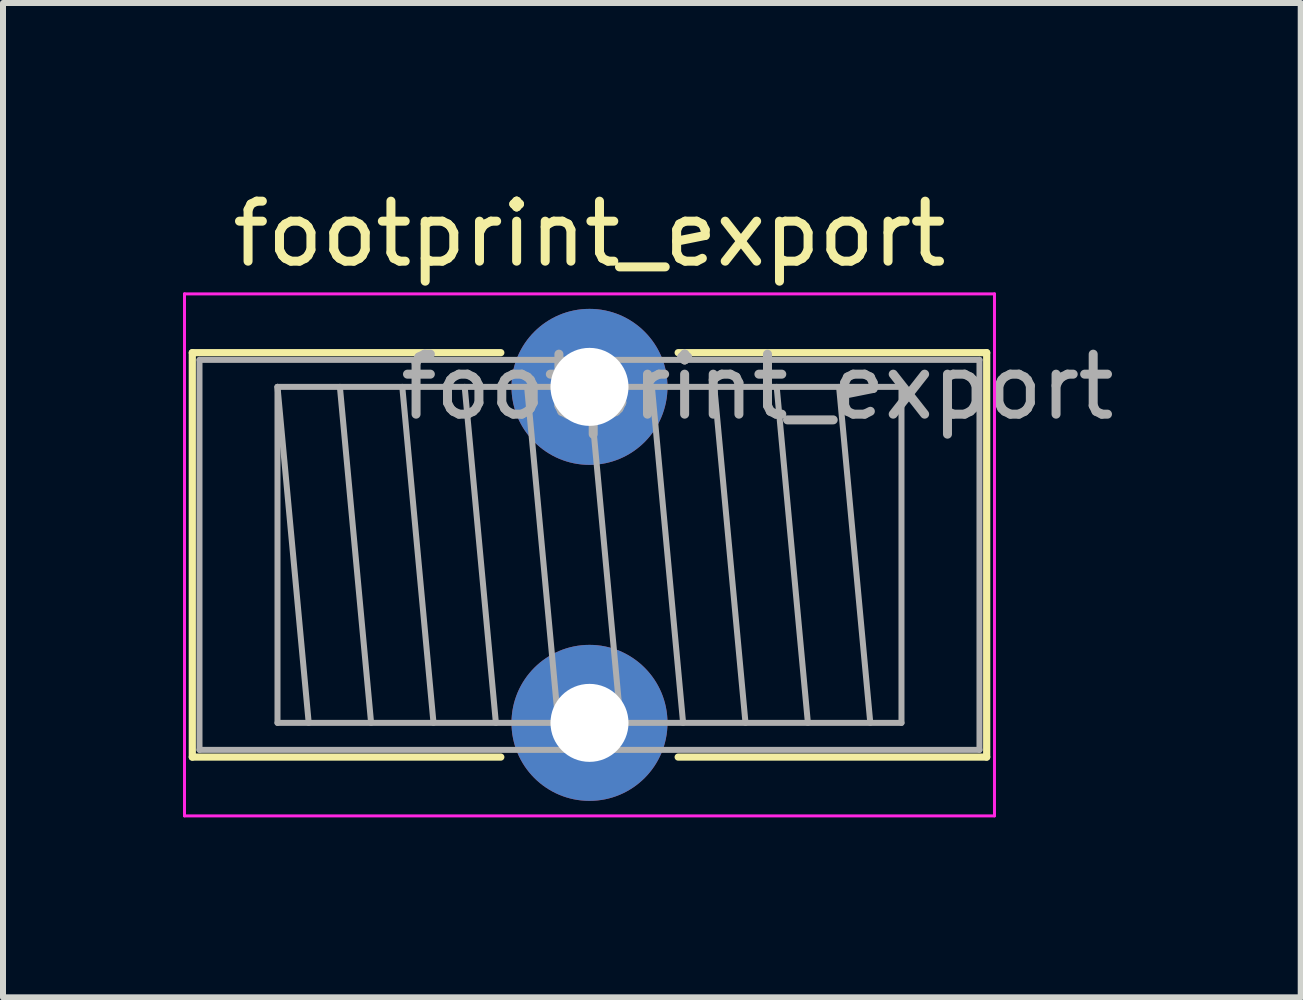
<source format=kicad_pcb>
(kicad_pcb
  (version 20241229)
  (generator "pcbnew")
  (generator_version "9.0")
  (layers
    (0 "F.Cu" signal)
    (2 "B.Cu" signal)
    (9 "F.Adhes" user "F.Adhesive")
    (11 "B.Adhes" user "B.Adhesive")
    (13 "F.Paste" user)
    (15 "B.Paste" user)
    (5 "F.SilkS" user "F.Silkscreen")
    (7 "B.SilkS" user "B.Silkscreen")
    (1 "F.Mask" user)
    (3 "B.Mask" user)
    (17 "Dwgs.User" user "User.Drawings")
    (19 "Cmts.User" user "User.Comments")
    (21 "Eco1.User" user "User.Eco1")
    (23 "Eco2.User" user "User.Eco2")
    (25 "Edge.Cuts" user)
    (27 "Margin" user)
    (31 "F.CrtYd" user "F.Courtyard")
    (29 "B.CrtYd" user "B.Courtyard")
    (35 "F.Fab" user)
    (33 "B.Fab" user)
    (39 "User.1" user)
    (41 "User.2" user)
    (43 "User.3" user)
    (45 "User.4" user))
  (footprint "footprint_export"
    (layer "F.Cu")
    (at 6.775 3.398)
    (property "Reference" "footprint_export" (at 0 -2.55 0) (layer "F.SilkS") (effects (font (size 1 1) (thickness 0.15))))
    (attr through_hole)
    (fp_line (start -6.62 -0.57) (end -6.62 6.17) (stroke (width 0.12) (type solid)) (layer "F.SilkS"))
    (fp_line (start -6.62 -0.57) (end -1.478 -0.57) (stroke (width 0.12) (type solid)) (layer "F.SilkS"))
    (fp_line (start -6.62 6.17) (end -1.478 6.17) (stroke (width 0.12) (type solid)) (layer "F.SilkS"))
    (fp_line (start 1.478 -0.57) (end 6.62 -0.57) (stroke (width 0.12) (type solid)) (layer "F.SilkS"))
    (fp_line (start 1.478 6.17) (end 6.62 6.17) (stroke (width 0.12) (type solid)) (layer "F.SilkS"))
    (fp_line (start 6.62 -0.57) (end 6.62 6.17) (stroke (width 0.12) (type solid)) (layer "F.SilkS"))
    (fp_line (start -6.75 -1.55) (end -6.75 7.15) (stroke (width 0.05) (type solid)) (layer "F.CrtYd"))
    (fp_line (start -6.75 7.15) (end 6.75 7.15) (stroke (width 0.05) (type solid)) (layer "F.CrtYd"))
    (fp_line (start 6.75 -1.55) (end -6.75 -1.55) (stroke (width 0.05) (type solid)) (layer "F.CrtYd"))
    (fp_line (start 6.75 7.15) (end 6.75 -1.55) (stroke (width 0.05) (type solid)) (layer "F.CrtYd"))
    (fp_line (start -6.5 -0.45) (end -6.5 6.05) (stroke (width 0.1) (type solid)) (layer "F.Fab"))
    (fp_line (start -6.5 6.05) (end 6.5 6.05) (stroke (width 0.1) (type solid)) (layer "F.Fab"))
    (fp_line (start -5.2 0) (end -5.2 5.6) (stroke (width 0.1) (type solid)) (layer "F.Fab"))
    (fp_line (start -5.2 0) (end -4.68 5.6) (stroke (width 0.1) (type solid)) (layer "F.Fab"))
    (fp_line (start -5.2 5.6) (end 5.2 5.6) (stroke (width 0.1) (type solid)) (layer "F.Fab"))
    (fp_line (start -4.16 0) (end -3.64 5.6) (stroke (width 0.1) (type solid)) (layer "F.Fab"))
    (fp_line (start -3.12 0) (end -2.6 5.6) (stroke (width 0.1) (type solid)) (layer "F.Fab"))
    (fp_line (start -2.08 0) (end -1.56 5.6) (stroke (width 0.1) (type solid)) (layer "F.Fab"))
    (fp_line (start -1.04 0) (end -0.52 5.6) (stroke (width 0.1) (type solid)) (layer "F.Fab"))
    (fp_line (start 0 0) (end 0.52 5.6) (stroke (width 0.1) (type solid)) (layer "F.Fab"))
    (fp_line (start 1.04 0) (end 1.56 5.6) (stroke (width 0.1) (type solid)) (layer "F.Fab"))
    (fp_line (start 2.08 0) (end 2.6 5.6) (stroke (width 0.1) (type solid)) (layer "F.Fab"))
    (fp_line (start 3.12 0) (end 3.64 5.6) (stroke (width 0.1) (type solid)) (layer "F.Fab"))
    (fp_line (start 4.16 0) (end 4.68 5.6) (stroke (width 0.1) (type solid)) (layer "F.Fab"))
    (fp_line (start 5.2 0) (end -5.2 0) (stroke (width 0.1) (type solid)) (layer "F.Fab"))
    (fp_line (start 5.2 5.6) (end 5.2 0) (stroke (width 0.1) (type solid)) (layer "F.Fab"))
    (fp_line (start 6.5 -0.45) (end -6.5 -0.45) (stroke (width 0.1) (type solid)) (layer "F.Fab"))
    (fp_line (start 6.5 6.05) (end 6.5 -0.45) (stroke (width 0.1) (type solid)) (layer "F.Fab"))
    (fp_text user "${REFERENCE}" (at 2.8 0 0) (layer "F.Fab") (effects (font (size 1 1) (thickness 0.15))))
    (pad "1" thru_hole circle (at 0 0) (size 2.6 2.6) (drill 1.3) (layers "*.Cu" "*.Mask"))
    (pad "2" thru_hole circle (at 0 5.6) (size 2.6 2.6) (drill 1.3) (layers "*.Cu" "*.Mask")))
  (gr_rect
    (start -3 -3)
    (end 18.629 13.573)
    (stroke (width 0.1) (type default))
    (fill no)
    (layer "Edge.Cuts")))
</source>
